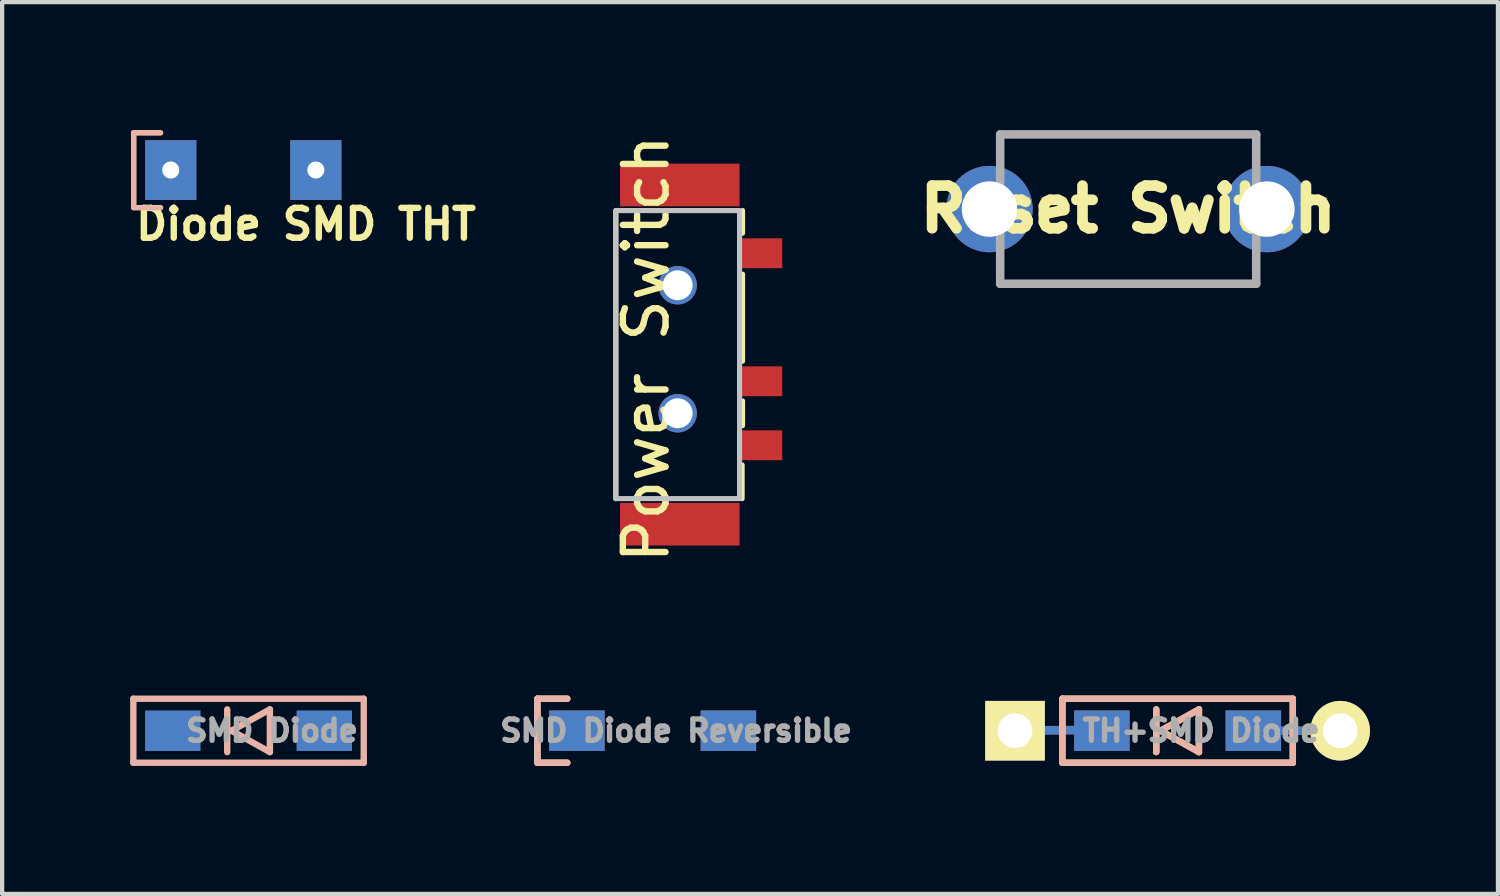
<source format=kicad_pcb>
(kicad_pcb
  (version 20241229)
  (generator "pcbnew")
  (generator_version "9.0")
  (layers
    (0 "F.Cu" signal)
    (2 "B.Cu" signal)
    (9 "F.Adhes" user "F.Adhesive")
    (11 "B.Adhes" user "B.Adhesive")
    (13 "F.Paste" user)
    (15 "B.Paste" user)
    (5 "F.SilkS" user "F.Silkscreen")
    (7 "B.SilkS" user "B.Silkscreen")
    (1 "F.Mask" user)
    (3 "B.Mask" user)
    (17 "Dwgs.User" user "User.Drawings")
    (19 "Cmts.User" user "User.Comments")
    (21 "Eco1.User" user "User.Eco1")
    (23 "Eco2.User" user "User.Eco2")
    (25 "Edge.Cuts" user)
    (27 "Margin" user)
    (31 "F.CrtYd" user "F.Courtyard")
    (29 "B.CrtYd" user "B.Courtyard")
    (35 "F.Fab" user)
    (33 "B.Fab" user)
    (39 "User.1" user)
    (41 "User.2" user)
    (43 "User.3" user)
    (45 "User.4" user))
  (footprint "Diode SMD THT"
    (layer "F.Cu")
    (at 2.712 0.885)
    (property "Reference" "Diode SMD THT" (at 1.41 1.32 0) (unlocked yes) (layer "F.SilkS") (effects (font (size 0.7 0.7) (thickness 0.15))))
    (attr smd)
    (fp_line (start -2.63 -0.825) (end -2.63 0.925) (stroke (width 0.12) (type solid)) (layer "F.SilkS"))
    (fp_line (start -2.63 -0.825) (end -2 -0.825) (stroke (width 0.12) (type solid)) (layer "F.SilkS"))
    (fp_line (start -2.63 0.93) (end -2 0.93) (stroke (width 0.12) (type solid)) (layer "F.SilkS"))
    (fp_line (start -2.625 -0.82) (end -1.995 -0.82) (stroke (width 0.12) (type solid)) (layer "B.SilkS"))
    (fp_line (start -2.625 0.935) (end -2.625 -0.815) (stroke (width 0.12) (type solid)) (layer "B.SilkS"))
    (fp_line (start -2.625 0.935) (end -1.995 0.935) (stroke (width 0.12) (type solid)) (layer "B.SilkS"))
    (pad "1" thru_hole rect (at -1.76 0.05) (size 1.2 1.4) (drill 0.4) (layers "*.Cu" "*.Mask"))
    (pad "2" thru_hole rect (at 1.64 0.05) (size 1.2 1.4) (drill 0.4) (layers "*.Cu" "*.Mask")))
  (footprint "SMD Diode Reversible"
    (layer "F.Cu")
    (at 12.245 14.075)
    (property "Reference" "SMD Diode Reversible" (at 0.55 0 0) (layer "F.Fab") (effects (font (size 0.5 0.5) (thickness 0.125))))
    (attr through_hole)
    (fp_line (start -2.7 -0.75) (end -2.7 0.75) (stroke (width 0.15) (type solid)) (layer "F.SilkS"))
    (fp_line (start -2.7 0.75) (end -2 0.75) (stroke (width 0.15) (type solid)) (layer "F.SilkS"))
    (fp_line (start -2 -0.75) (end -2.7 -0.75) (stroke (width 0.15) (type solid)) (layer "F.SilkS"))
    (fp_line (start -2.7 -0.75) (end -2.7 0.75) (stroke (width 0.15) (type solid)) (layer "B.SilkS"))
    (fp_line (start -2.7 0.75) (end -2 0.75) (stroke (width 0.15) (type solid)) (layer "B.SilkS"))
    (fp_line (start -2 -0.75) (end -2.7 -0.75) (stroke (width 0.15) (type solid)) (layer "B.SilkS"))
    (pad "1" smd rect (at -1.775 0) (size 1.3 0.95) (layers "F.Cu" "F.Mask" "F.Paste"))
    (pad "1" smd rect (at -1.775 0) (size 1.3 0.95) (layers "B.Cu" "B.Mask" "B.Paste"))
    (pad "2" smd rect (at 1.775 0) (size 1.3 0.95) (layers "F.Cu" "F.Mask" "F.Paste"))
    (pad "2" smd rect (at 1.775 0) (size 1.3 0.95) (layers "B.Cu" "B.Mask" "B.Paste")))
  (footprint "Power Switch"
    (layer "F.Cu")
    (at 12.882 1.285)
    (property "Reference" "Power Switch" (at -0.79 3.84 90) (layer "F.SilkS") (effects (font (size 1 1) (thickness 0.15))))
    (attr through_hole)
    (fp_line (start -1.5 7.35) (end -1.5 0.6) (stroke (width 0.12) (type solid)) (layer "F.SilkS"))
    (fp_line (start 1.46 6.56) (end 1.46 7.35) (stroke (width 0.12) (type solid)) (layer "F.SilkS"))
    (fp_line (start 1.47 1.13) (end 1.47 0.6) (stroke (width 0.12) (type solid)) (layer "F.SilkS"))
    (fp_line (start 1.47 2.09) (end 1.47 4.13) (stroke (width 0.12) (type solid)) (layer "F.SilkS"))
    (fp_line (start 1.47 5.06) (end 1.47 5.64) (stroke (width 0.12) (type solid)) (layer "F.SilkS"))
    (fp_rect (start -1.5 0.6) (end 1.4 7.35) (stroke (width 0.12) (type solid)) (fill no) (layer "Dwgs.User"))
    (pad "" np_thru_hole circle (at -0.05 2.35) (size 0.9 0.9) (drill 0.7) (layers "*.Cu" "*.Mask"))
    (pad "" np_thru_hole circle (at -0.05 5.35) (size 0.9 0.9) (drill 0.7) (layers "*.Cu" "*.Mask"))
    (pad "1" smd rect (at 1.9 1.6 90) (size 0.7 1) (layers "F.Cu" "F.Mask" "F.Paste"))
    (pad "2" smd rect (at 1.9 4.6 90) (size 0.7 1) (layers "F.Cu" "F.Mask" "F.Paste"))
    (pad "3" smd rect (at 1.9 6.1 90) (size 0.7 1) (layers "F.Cu" "F.Mask" "F.Paste"))
    (pad "NC" smd rect (at 0 0) (size 2.8 1) (layers "F.Cu" "F.Mask" "F.Paste"))
    (pad "NC" smd rect (at 0 7.95) (size 2.8 1) (layers "F.Cu" "F.Mask" "F.Paste")))
  (footprint "SMD Diode"
    (layer "F.Cu")
    (at 2.775 14.075)
    (property "Reference" "SMD Diode" (at 0.55 0 0) (layer "F.Fab") (effects (font (size 0.5 0.5) (thickness 0.125))))
    (attr through_hole)
    (fp_line (start -2.7 -0.75) (end -2.7 0.75) (stroke (width 0.15) (type solid)) (layer "B.SilkS"))
    (fp_line (start -2.7 0.75) (end 2.7 0.75) (stroke (width 0.15) (type solid)) (layer "B.SilkS"))
    (fp_line (start -0.5 -0.5) (end -0.5 0.5) (stroke (width 0.15) (type solid)) (layer "B.SilkS"))
    (fp_line (start -0.4 0) (end 0.5 -0.5) (stroke (width 0.15) (type solid)) (layer "B.SilkS"))
    (fp_line (start 0.5 -0.5) (end 0.5 0.5) (stroke (width 0.15) (type solid)) (layer "B.SilkS"))
    (fp_line (start 0.5 0.5) (end -0.4 0) (stroke (width 0.15) (type solid)) (layer "B.SilkS"))
    (fp_line (start 2.7 -0.75) (end -2.7 -0.75) (stroke (width 0.15) (type solid)) (layer "B.SilkS"))
    (fp_line (start 2.7 0.75) (end 2.7 -0.75) (stroke (width 0.15) (type solid)) (layer "B.SilkS"))
    (pad "1" smd rect (at -1.775 0) (size 1.3 0.95) (layers "B.Cu" "B.Mask" "B.Paste"))
    (pad "2" smd rect (at 1.775 0) (size 1.3 0.95) (layers "B.Cu" "B.Mask" "B.Paste")))
  (footprint "Reset Switch"
    (layer "F.Cu")
    (at 20.14 1.85)
    (property "Reference" "Reset Switch" (at 3.25 0 0) (layer "F.SilkS") (effects (font (size 1 1) (thickness 0.25))))
    (attr through_hole)
    (fp_line (start 0.25 -1.75) (end 6.25 -1.75) (stroke (width 0.1) (type solid)) (layer "F.SilkS"))
    (fp_line (start 0.25 1.75) (end 6.25 1.75) (stroke (width 0.1) (type solid)) (layer "F.SilkS"))
    (fp_line (start 0.25 -1.75) (end 6.25 -1.75) (stroke (width 0.2) (type solid)) (layer "F.Fab"))
    (fp_line (start 0.25 1.75) (end 0.25 -1.75) (stroke (width 0.2) (type solid)) (layer "F.Fab"))
    (fp_line (start 6.25 -1.75) (end 6.25 1.75) (stroke (width 0.2) (type solid)) (layer "F.Fab"))
    (fp_line (start 6.25 1.75) (end 0.25 1.75) (stroke (width 0.2) (type solid)) (layer "F.Fab"))
    (pad "T1" thru_hole circle (at 0 0) (size 2.025 2.025) (drill 1.3) (layers "*.Cu" "*.Mask"))
    (pad "T2" thru_hole circle (at 6.5 0) (size 2.025 2.025) (drill 1.3) (layers "*.Cu" "*.Mask")))
  (footprint "TH+SMD Diode"
    (layer "F.Cu")
    (at 24.548 14.075)
    (property "Reference" "TH+SMD Diode" (at 0.55 0 0) (layer "F.Fab") (effects (font (size 0.5 0.5) (thickness 0.125))))
    (attr through_hole)
    (fp_line (start -1.76 -0.02) (end -3.8 -0.01) (stroke (width 0.2) (type solid)) (layer "F.Cu"))
    (fp_line (start 1.8 0) (end 3.85 0) (stroke (width 0.2) (type solid)) (layer "F.Cu"))
    (fp_line (start -1.71 -0.015) (end -3.75 -0.005) (stroke (width 0.2) (type solid)) (layer "B.Cu"))
    (fp_line (start 1.895 0) (end 3.945 0) (stroke (width 0.2) (type solid)) (layer "B.Cu"))
    (fp_line (start -2.7 -0.75) (end -2.7 0.75) (stroke (width 0.15) (type solid)) (layer "F.SilkS"))
    (fp_line (start -2.7 0.75) (end 2.7 0.75) (stroke (width 0.15) (type solid)) (layer "F.SilkS"))
    (fp_line (start -0.5 -0.5) (end -0.5 0.5) (stroke (width 0.15) (type solid)) (layer "F.SilkS"))
    (fp_line (start -0.4 0) (end 0.5 -0.5) (stroke (width 0.15) (type solid)) (layer "F.SilkS"))
    (fp_line (start 0.5 -0.5) (end 0.5 0.5) (stroke (width 0.15) (type solid)) (layer "F.SilkS"))
    (fp_line (start 0.5 0.5) (end -0.4 0) (stroke (width 0.15) (type solid)) (layer "F.SilkS"))
    (fp_line (start 2.7 -0.75) (end -2.7 -0.75) (stroke (width 0.15) (type solid)) (layer "F.SilkS"))
    (fp_line (start 2.7 0.75) (end 2.7 -0.75) (stroke (width 0.15) (type solid)) (layer "F.SilkS"))
    (fp_line (start -2.7 -0.75) (end -2.7 0.75) (stroke (width 0.15) (type solid)) (layer "B.SilkS"))
    (fp_line (start -2.7 0.75) (end 2.7 0.75) (stroke (width 0.15) (type solid)) (layer "B.SilkS"))
    (fp_line (start -0.5 -0.5) (end -0.5 0.5) (stroke (width 0.15) (type solid)) (layer "B.SilkS"))
    (fp_line (start -0.4 0) (end 0.5 -0.5) (stroke (width 0.15) (type solid)) (layer "B.SilkS"))
    (fp_line (start 0.5 -0.5) (end 0.5 0.5) (stroke (width 0.15) (type solid)) (layer "B.SilkS"))
    (fp_line (start 0.5 0.5) (end -0.4 0) (stroke (width 0.15) (type solid)) (layer "B.SilkS"))
    (fp_line (start 2.7 -0.75) (end -2.7 -0.75) (stroke (width 0.15) (type solid)) (layer "B.SilkS"))
    (fp_line (start 2.7 0.75) (end 2.7 -0.75) (stroke (width 0.15) (type solid)) (layer "B.SilkS"))
    (pad "1" thru_hole rect (at -3.81 0) (size 1.397 1.397) (drill 0.813) (layers "*.Cu" "*.Mask" "F.SilkS"))
    (pad "1" smd rect (at -1.775 0) (size 1.3 0.95) (layers "F.Cu" "F.Mask" "F.Paste"))
    (pad "1" smd rect (at -1.775 0) (size 1.3 0.95) (layers "B.Cu" "B.Mask" "B.Paste"))
    (pad "2" smd rect (at 1.775 0) (size 1.3 0.95) (layers "F.Cu" "F.Mask" "F.Paste"))
    (pad "2" smd rect (at 1.775 0) (size 1.3 0.95) (layers "B.Cu" "B.Mask" "B.Paste"))
    (pad "2" thru_hole circle (at 3.81 0) (size 1.397 1.397) (drill 0.813) (layers "*.Cu" "*.Mask" "F.SilkS")))
  (gr_rect
    (start -3 -3)
    (end 32.056 17.9)
    (stroke (width 0.1) (type default))
    (fill no)
    (layer "Edge.Cuts")))
</source>
